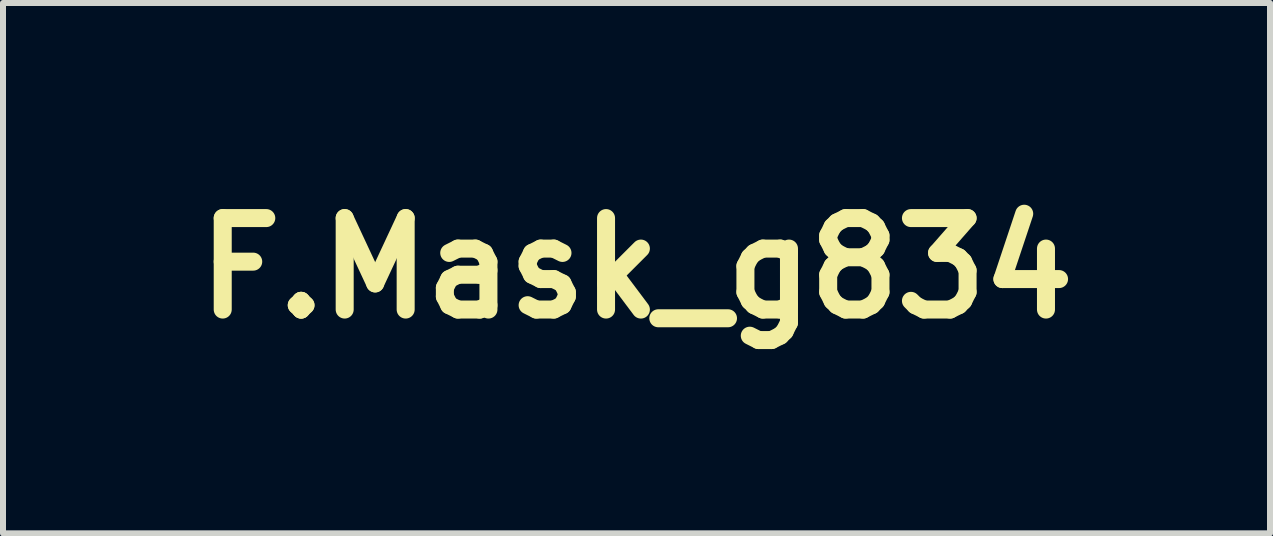
<source format=kicad_pcb>
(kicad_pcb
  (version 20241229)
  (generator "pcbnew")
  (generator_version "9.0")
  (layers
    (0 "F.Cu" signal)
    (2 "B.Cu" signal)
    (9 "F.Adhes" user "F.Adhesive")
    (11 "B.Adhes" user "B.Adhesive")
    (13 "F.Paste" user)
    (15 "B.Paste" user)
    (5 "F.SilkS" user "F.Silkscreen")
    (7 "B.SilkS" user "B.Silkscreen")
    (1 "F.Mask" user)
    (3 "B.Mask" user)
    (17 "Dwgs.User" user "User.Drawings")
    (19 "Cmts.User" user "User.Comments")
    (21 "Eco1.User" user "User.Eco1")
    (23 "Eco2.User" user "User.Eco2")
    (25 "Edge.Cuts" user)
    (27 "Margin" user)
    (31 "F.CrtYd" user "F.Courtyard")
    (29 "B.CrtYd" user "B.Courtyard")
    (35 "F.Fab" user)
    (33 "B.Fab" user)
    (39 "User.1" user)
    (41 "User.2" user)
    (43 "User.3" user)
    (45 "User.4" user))
  (footprint "F.Mask_g834"
    (layer "F.Cu")
    (at 7.555 1.418)
    (property "Reference" "F.Mask_g834" (at 0 0 0) (layer "F.SilkS") (effects (font (size 1.524 1.524) (thickness 0.3))))
    (attr through_hole)
    (fp_poly (pts (xy -0.305 -0.749) (xy -0.419 -0.749) (xy -0.419 -1.232) (xy -0.305 -1.232) (xy -0.305 -0.749)) (stroke (width 0.01) (type solid)) (fill yes) (layer "F.Mask"))
    (fp_poly (pts (xy -1.041 -0.838) (xy -0.851 -0.838) (xy -0.851 -0.749) (xy -1.156 -0.749) (xy -1.156 -1.232) (xy -1.041 -1.232) (xy -1.041 -0.838)) (stroke (width 0.01) (type solid)) (fill yes) (layer "F.Mask"))
    (fp_poly (pts (xy -0.673 -0.838) (xy -0.483 -0.838) (xy -0.483 -0.749) (xy -0.787 -0.749) (xy -0.787 -1.232) (xy -0.673 -1.232) (xy -0.673 -0.838)) (stroke (width 0.01) (type solid)) (fill yes) (layer "F.Mask"))
    (fp_poly (pts (xy -2.057 -1.04) (xy -1.873 -1.048) (xy -1.866 -1.232) (xy -1.765 -1.232) (xy -1.765 -0.749) (xy -1.866 -0.749) (xy -1.873 -0.946) (xy -2.051 -0.946) (xy -2.055 -0.848) (xy -2.058 -0.749) (xy -2.159 -0.749) (xy -2.159 -1.232) (xy -2.057 -1.232) (xy -2.057 -1.04)) (stroke (width 0.01) (type solid)) (fill yes) (layer "F.Mask"))
    (fp_poly (pts (xy 0.996 -1.232) (xy 1.031 -1.231) (xy 1.051 -1.229) (xy 1.054 -1.227) (xy 1.048 -1.215) (xy 1.032 -1.185) (xy 1.008 -1.142) (xy 0.979 -1.09) (xy 0.978 -1.088) (xy 0.946 -1.031) (xy 0.924 -0.99) (xy 0.911 -0.957) (xy 0.905 -0.928) (xy 0.902 -0.894) (xy 0.902 -0.851) (xy 0.902 -0.749) (xy 0.787 -0.749) (xy 0.787 -0.855) (xy 0.786 -0.905) (xy 0.783 -0.945) (xy 0.778 -0.969) (xy 0.777 -0.972) (xy 0.767 -0.988) (xy 0.748 -1.021) (xy 0.723 -1.066) (xy 0.7 -1.108) (xy 0.634 -1.232) (xy 0.759 -1.232) (xy 0.849 -1.022) (xy 0.87 -1.073) (xy 0.897 -1.137) (xy 0.916 -1.181) (xy 0.931 -1.208) (xy 0.944 -1.224) (xy 0.959 -1.23) (xy 0.978 -1.232) (xy 0.996 -1.232)) (stroke (width 0.01) (type solid)) (fill yes) (layer "F.Mask"))
    (fp_poly (pts (xy -1.408 -1.229) (xy -1.36 -1.219) (xy -1.347 -1.213) (xy -1.293 -1.172) (xy -1.255 -1.115) (xy -1.232 -1.049) (xy -1.226 -0.977) (xy -1.238 -0.906) (xy -1.269 -0.841) (xy -1.29 -0.813) (xy -1.348 -0.767) (xy -1.416 -0.742) (xy -1.488 -0.741) (xy -1.556 -0.76) (xy -1.608 -0.791) (xy -1.645 -0.831) (xy -1.67 -0.88) (xy -1.688 -0.953) (xy -1.687 -0.977) (xy -1.573 -0.977) (xy -1.565 -0.922) (xy -1.542 -0.874) (xy -1.528 -0.859) (xy -1.486 -0.831) (xy -1.441 -0.828) (xy -1.395 -0.85) (xy -1.389 -0.856) (xy -1.369 -0.876) (xy -1.357 -0.901) (xy -1.351 -0.937) (xy -1.349 -0.968) (xy -1.351 -1.04) (xy -1.369 -1.095) (xy -1.399 -1.131) (xy -1.441 -1.147) (xy -1.485 -1.144) (xy -1.524 -1.122) (xy -1.552 -1.083) (xy -1.569 -1.033) (xy -1.573 -0.977) (xy -1.687 -0.977) (xy -1.686 -1.028) (xy -1.664 -1.099) (xy -1.626 -1.16) (xy -1.572 -1.207) (xy -1.56 -1.214) (xy -1.518 -1.226) (xy -1.464 -1.231) (xy -1.408 -1.229)) (stroke (width 0.01) (type solid)) (fill yes) (layer "F.Mask"))
    (fp_poly (pts (xy -0.068 -1.231) (xy -0.014 -1.228) (xy 0.032 -1.223) (xy 0.054 -1.219) (xy 0.116 -1.19) (xy 0.163 -1.145) (xy 0.195 -1.088) (xy 0.211 -1.024) (xy 0.212 -0.958) (xy 0.196 -0.894) (xy 0.164 -0.837) (xy 0.116 -0.792) (xy 0.083 -0.774) (xy 0.04 -0.76) (xy -0.019 -0.75) (xy -0.082 -0.743) (xy -0.141 -0.741) (xy -0.186 -0.745) (xy -0.187 -0.745) (xy -0.197 -0.748) (xy -0.205 -0.754) (xy -0.21 -0.766) (xy -0.213 -0.789) (xy -0.215 -0.825) (xy -0.216 -0.878) (xy -0.216 -0.952) (xy -0.216 -0.984) (xy -0.216 -1.067) (xy -0.215 -1.129) (xy -0.214 -1.143) (xy -0.102 -1.143) (xy -0.102 -0.822) (xy -0.044 -0.829) (xy 0.01 -0.843) (xy 0.045 -0.865) (xy 0.081 -0.914) (xy 0.097 -0.975) (xy 0.091 -1.038) (xy 0.091 -1.041) (xy 0.063 -1.095) (xy 0.021 -1.129) (xy -0.036 -1.143) (xy -0.046 -1.143) (xy -0.102 -1.143) (xy -0.214 -1.143) (xy -0.213 -1.172) (xy -0.209 -1.2) (xy -0.205 -1.216) (xy -0.198 -1.223) (xy -0.196 -1.224) (xy -0.167 -1.229) (xy -0.122 -1.232) (xy -0.068 -1.231)) (stroke (width 0.01) (type solid)) (fill yes) (layer "F.Mask"))
    (fp_poly (pts (xy 0.463 -1.232) (xy 0.502 -1.231) (xy 0.527 -1.229) (xy 0.533 -1.226) (xy 0.537 -1.213) (xy 0.547 -1.18) (xy 0.562 -1.13) (xy 0.581 -1.067) (xy 0.603 -0.996) (xy 0.625 -0.925) (xy 0.645 -0.861) (xy 0.66 -0.81) (xy 0.67 -0.775) (xy 0.673 -0.76) (xy 0.662 -0.754) (xy 0.633 -0.75) (xy 0.618 -0.749) (xy 0.584 -0.751) (xy 0.565 -0.759) (xy 0.554 -0.78) (xy 0.546 -0.806) (xy 0.53 -0.864) (xy 0.384 -0.864) (xy 0.37 -0.806) (xy 0.355 -0.749) (xy 0.297 -0.749) (xy 0.259 -0.752) (xy 0.244 -0.759) (xy 0.245 -0.765) (xy 0.25 -0.782) (xy 0.262 -0.819) (xy 0.278 -0.871) (xy 0.297 -0.934) (xy 0.305 -0.962) (xy 0.407 -0.962) (xy 0.418 -0.956) (xy 0.446 -0.953) (xy 0.457 -0.953) (xy 0.489 -0.953) (xy 0.507 -0.956) (xy 0.508 -0.957) (xy 0.505 -0.971) (xy 0.496 -1.001) (xy 0.485 -1.039) (xy 0.474 -1.077) (xy 0.465 -1.107) (xy 0.462 -1.118) (xy 0.456 -1.114) (xy 0.445 -1.093) (xy 0.433 -1.06) (xy 0.421 -1.023) (xy 0.411 -0.989) (xy 0.407 -0.963) (xy 0.407 -0.962) (xy 0.305 -0.962) (xy 0.31 -0.978) (xy 0.335 -1.063) (xy 0.355 -1.126) (xy 0.37 -1.171) (xy 0.383 -1.202) (xy 0.395 -1.22) (xy 0.409 -1.229) (xy 0.426 -1.232) (xy 0.448 -1.232) (xy 0.463 -1.232)) (stroke (width 0.01) (type solid)) (fill yes) (layer "F.Mask")))
  (gr_rect
    (start -3 -3)
    (end 18.109 5.836)
    (stroke (width 0.1) (type default))
    (fill no)
    (layer "Edge.Cuts")))
</source>
